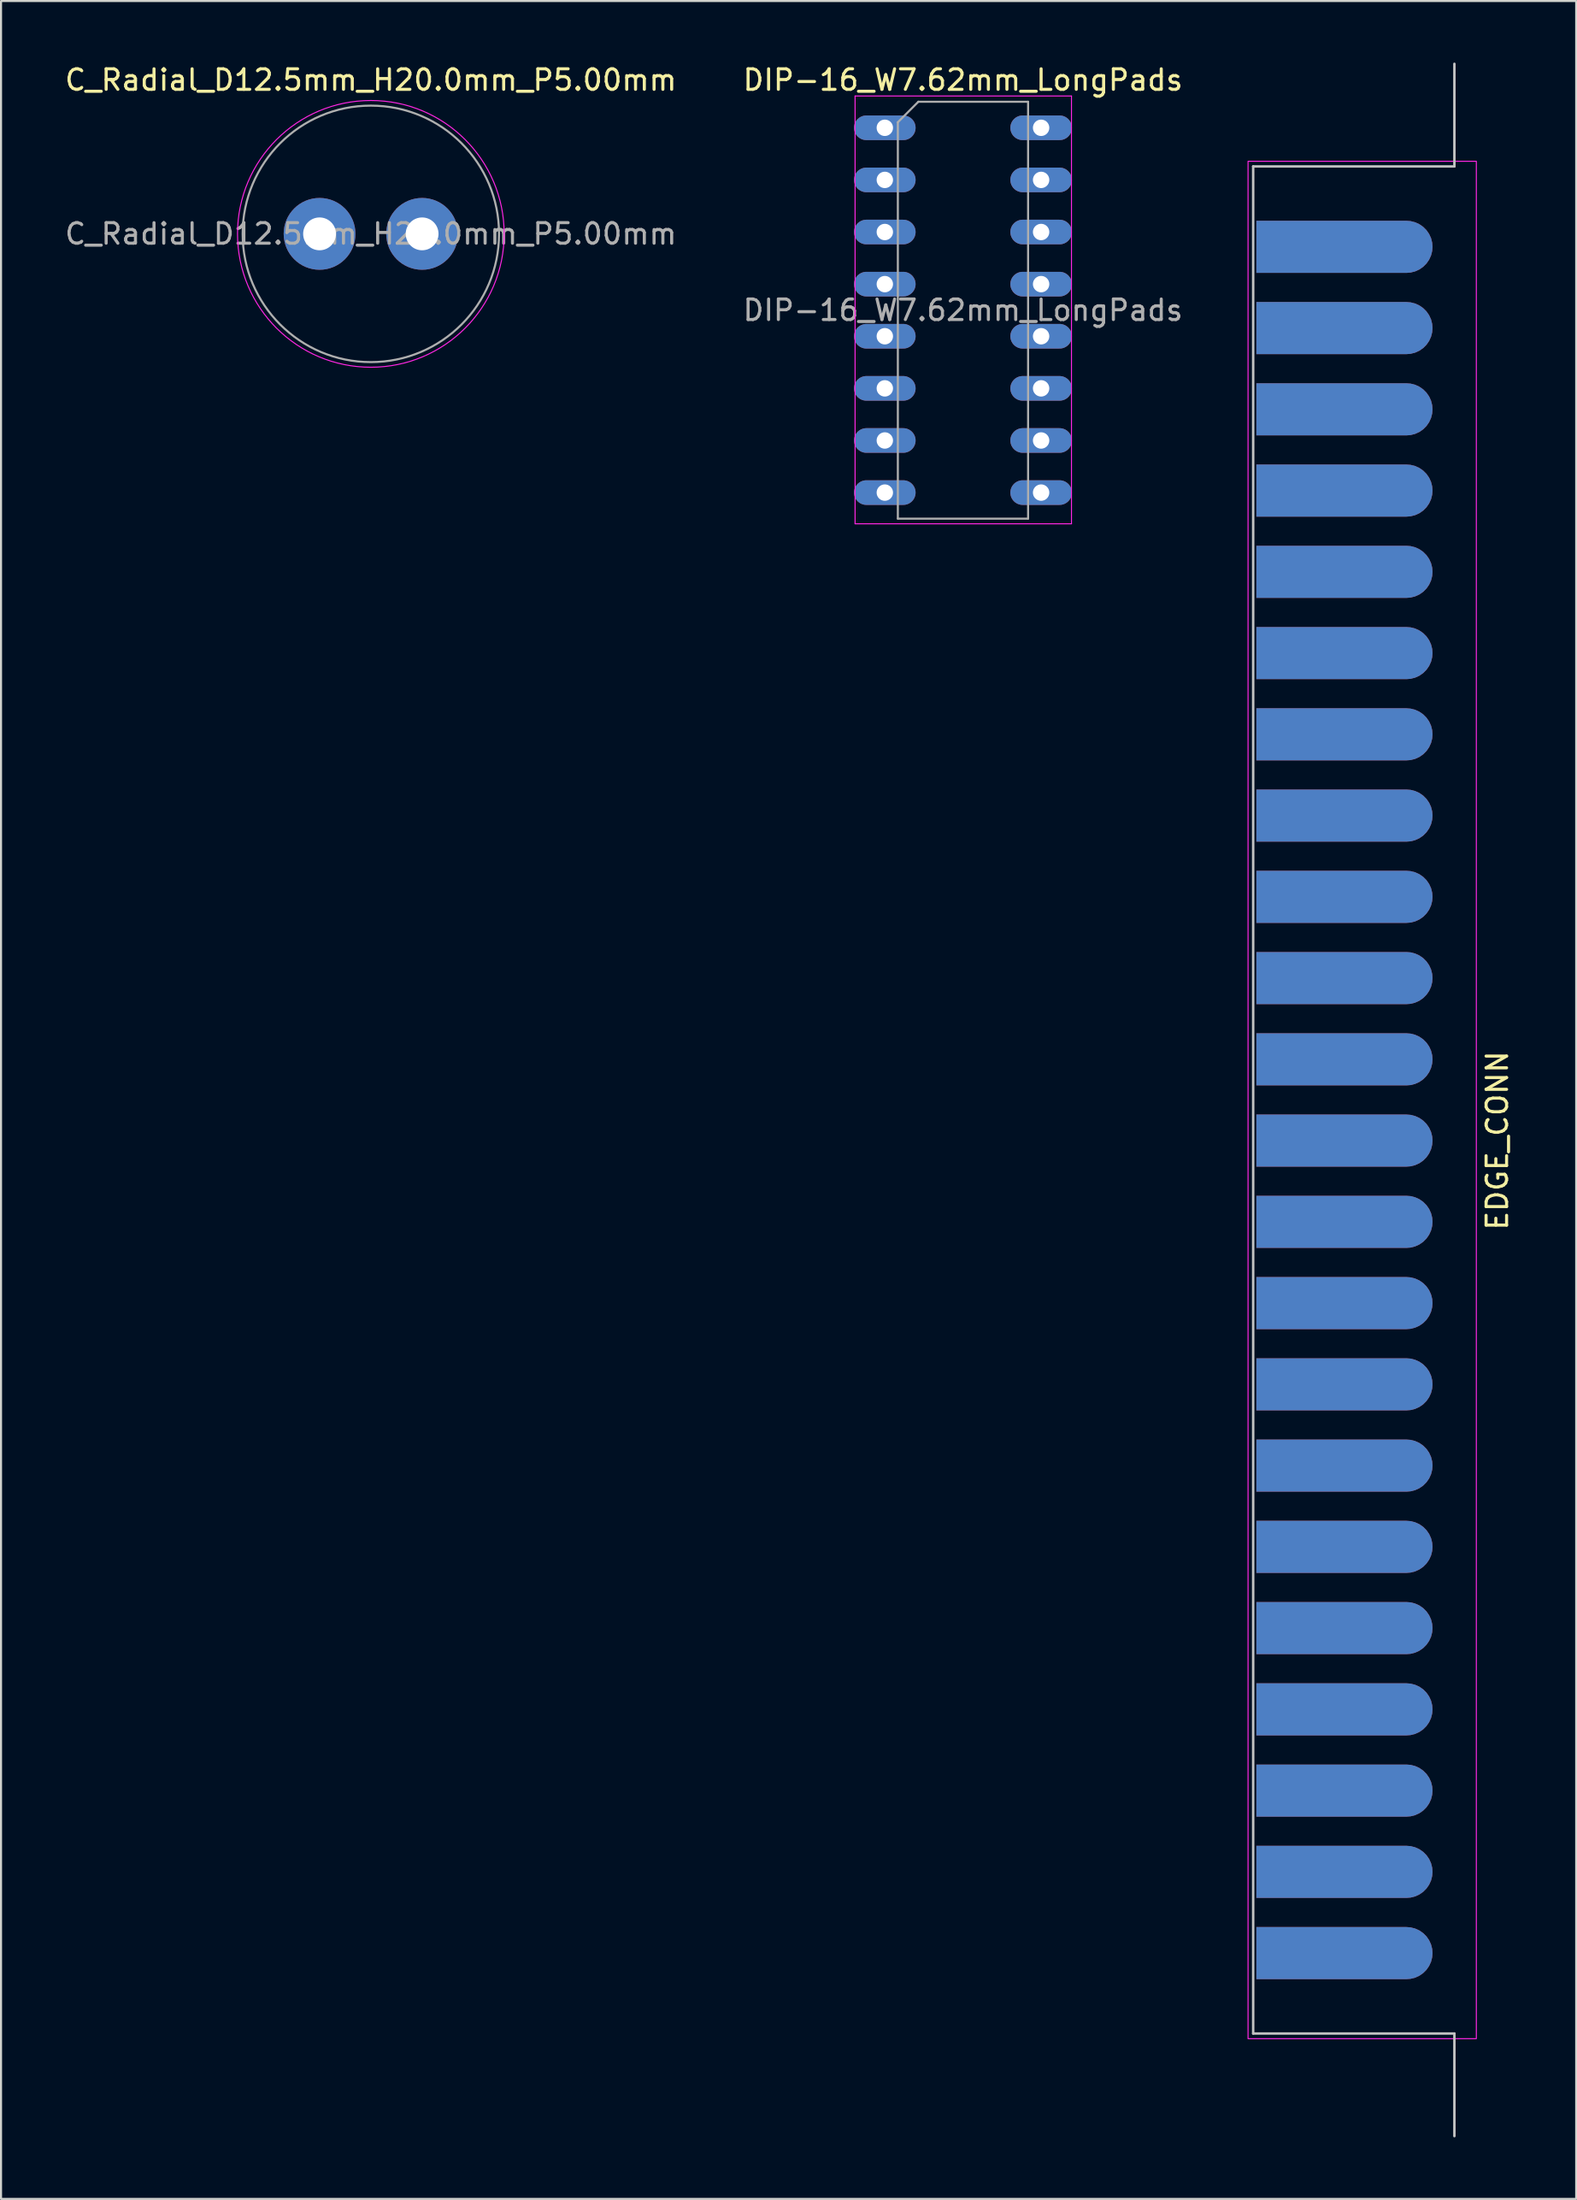
<source format=kicad_pcb>
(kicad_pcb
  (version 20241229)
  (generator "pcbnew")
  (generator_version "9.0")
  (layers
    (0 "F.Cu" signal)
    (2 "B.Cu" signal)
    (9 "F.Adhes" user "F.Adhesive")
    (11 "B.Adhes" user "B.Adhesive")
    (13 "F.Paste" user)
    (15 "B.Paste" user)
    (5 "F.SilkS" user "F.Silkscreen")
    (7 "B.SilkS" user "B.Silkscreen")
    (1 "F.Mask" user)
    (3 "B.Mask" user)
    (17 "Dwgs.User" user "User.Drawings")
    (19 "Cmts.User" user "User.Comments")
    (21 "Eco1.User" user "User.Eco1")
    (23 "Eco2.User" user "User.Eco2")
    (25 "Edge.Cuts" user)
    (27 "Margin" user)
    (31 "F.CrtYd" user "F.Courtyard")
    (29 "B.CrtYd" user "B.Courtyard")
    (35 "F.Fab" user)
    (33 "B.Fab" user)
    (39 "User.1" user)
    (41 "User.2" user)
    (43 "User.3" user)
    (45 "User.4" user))
  (footprint "EDGE_CONN"
    (layer "F.Cu")
    (at 64.248 50.56)
    (property "Reference" "EDGE_CONN" (at 5.7 1.98 90) (layer "F.SilkS") (effects (font (size 1 1) (thickness 0.15))))
    (attr smd)
    (fp_rect (start -6.45 -46.62) (end 4.65 46.62) (stroke (width 0.12) (type solid)) (fill yes) (layer "F.Mask"))
    (fp_rect (start -6.45 -46.62) (end 4.65 46.62) (stroke (width 0.12) (type solid)) (fill yes) (layer "B.Mask"))
    (fp_line (start -6.2 -45.5) (end -6.2 45.5) (stroke (width 0.12) (type solid)) (layer "Dwgs.User"))
    (fp_line (start -6.2 -45.5) (end 3.61 -45.5) (stroke (width 0.12) (type solid)) (layer "Dwgs.User"))
    (fp_line (start -6.2 45.5) (end 3.61 45.5) (stroke (width 0.12) (type solid)) (layer "Dwgs.User"))
    (fp_line (start 3.61 -45.5) (end 3.61 -50.5) (stroke (width 0.12) (type solid)) (layer "Dwgs.User"))
    (fp_line (start 3.61 45.5) (end 3.61 50.5) (stroke (width 0.12) (type solid)) (layer "Dwgs.User"))
    (fp_rect (start -6.45 -45.75) (end 4.68 45.75) (stroke (width 0.05) (type default)) (fill no) (layer "F.CrtYd"))
    (pad "1" connect roundrect (at -1.75 -41.58 90) (size 2.54 8.59) (layers "F.Cu" "F.Mask") (roundrect_rratio 0.5) (chamfer_ratio 0) (chamfer top_left top_right))
    (pad "2" connect roundrect (at -1.75 -37.62 90) (size 2.54 8.59) (layers "F.Cu" "F.Mask") (roundrect_rratio 0.5) (chamfer_ratio 0) (chamfer top_left top_right))
    (pad "3" connect roundrect (at -1.75 -33.66 90) (size 2.54 8.59) (layers "F.Cu" "F.Mask") (roundrect_rratio 0.5) (chamfer_ratio 0) (chamfer top_left top_right))
    (pad "4" connect roundrect (at -1.75 -29.7 90) (size 2.54 8.59) (layers "F.Cu" "F.Mask") (roundrect_rratio 0.5) (chamfer_ratio 0) (chamfer top_left top_right))
    (pad "5" connect roundrect (at -1.75 -25.74 90) (size 2.54 8.59) (layers "F.Cu" "F.Mask") (roundrect_rratio 0.5) (chamfer_ratio 0) (chamfer top_left top_right))
    (pad "6" connect roundrect (at -1.75 -21.78 90) (size 2.54 8.59) (layers "F.Cu" "F.Mask") (roundrect_rratio 0.5) (chamfer_ratio 0) (chamfer top_left top_right))
    (pad "7" connect roundrect (at -1.75 -17.82 90) (size 2.54 8.59) (layers "F.Cu" "F.Mask") (roundrect_rratio 0.5) (chamfer_ratio 0) (chamfer top_left top_right))
    (pad "8" connect roundrect (at -1.75 -13.86 90) (size 2.54 8.59) (layers "F.Cu" "F.Mask") (roundrect_rratio 0.5) (chamfer_ratio 0) (chamfer top_left top_right))
    (pad "9" connect roundrect (at -1.75 -9.9 90) (size 2.54 8.59) (layers "F.Cu" "F.Mask") (roundrect_rratio 0.5) (chamfer_ratio 0) (chamfer top_left top_right))
    (pad "10" connect roundrect (at -1.75 -5.94 90) (size 2.54 8.59) (layers "F.Cu" "F.Mask") (roundrect_rratio 0.5) (chamfer_ratio 0) (chamfer top_left top_right))
    (pad "11" connect roundrect (at -1.75 -1.98 90) (size 2.54 8.59) (layers "F.Cu" "F.Mask") (roundrect_rratio 0.5) (chamfer_ratio 0) (chamfer top_left top_right))
    (pad "12" connect roundrect (at -1.75 1.98 90) (size 2.54 8.59) (layers "F.Cu" "F.Mask") (roundrect_rratio 0.5) (chamfer_ratio 0) (chamfer top_left top_right))
    (pad "13" connect roundrect (at -1.75 5.94 90) (size 2.54 8.59) (layers "F.Cu" "F.Mask") (roundrect_rratio 0.5) (chamfer_ratio 0) (chamfer top_left top_right))
    (pad "14" connect roundrect (at -1.75 9.9 90) (size 2.54 8.59) (layers "F.Cu" "F.Mask") (roundrect_rratio 0.5) (chamfer_ratio 0) (chamfer top_left top_right))
    (pad "15" connect roundrect (at -1.75 13.86 90) (size 2.54 8.59) (layers "F.Cu" "F.Mask") (roundrect_rratio 0.5) (chamfer_ratio 0) (chamfer top_left top_right))
    (pad "16" connect roundrect (at -1.75 17.82 90) (size 2.54 8.59) (layers "F.Cu" "F.Mask") (roundrect_rratio 0.5) (chamfer_ratio 0) (chamfer top_left top_right))
    (pad "17" connect roundrect (at -1.75 21.78 90) (size 2.54 8.59) (layers "F.Cu" "F.Mask") (roundrect_rratio 0.5) (chamfer_ratio 0) (chamfer top_left top_right))
    (pad "18" connect roundrect (at -1.75 25.74 90) (size 2.54 8.59) (layers "F.Cu" "F.Mask") (roundrect_rratio 0.5) (chamfer_ratio 0) (chamfer top_left top_right))
    (pad "19" connect roundrect (at -1.75 29.7 90) (size 2.54 8.59) (layers "F.Cu" "F.Mask") (roundrect_rratio 0.5) (chamfer_ratio 0) (chamfer top_left top_right))
    (pad "20" connect roundrect (at -1.75 33.66 90) (size 2.54 8.59) (layers "F.Cu" "F.Mask") (roundrect_rratio 0.5) (chamfer_ratio 0) (chamfer top_left top_right))
    (pad "21" connect roundrect (at -1.75 37.62 90) (size 2.54 8.59) (layers "F.Cu" "F.Mask") (roundrect_rratio 0.5) (chamfer_ratio 0) (chamfer top_left top_right))
    (pad "22" connect roundrect (at -1.75 41.58 90) (size 2.54 8.59) (layers "F.Cu" "F.Mask") (roundrect_rratio 0.5) (chamfer_ratio 0) (chamfer top_left top_right))
    (pad "A" connect roundrect (at -1.75 -41.58 90) (size 2.54 8.59) (layers "B.Cu" "B.Mask") (roundrect_rratio 0.5) (chamfer_ratio 0) (chamfer top_left top_right))
    (pad "B" connect roundrect (at -1.75 -37.62 90) (size 2.54 8.59) (layers "B.Cu" "B.Mask") (roundrect_rratio 0.5) (chamfer_ratio 0) (chamfer top_left top_right))
    (pad "C" connect roundrect (at -1.75 -33.66 90) (size 2.54 8.59) (layers "B.Cu" "B.Mask") (roundrect_rratio 0.5) (chamfer_ratio 0) (chamfer top_left top_right))
    (pad "D" connect roundrect (at -1.75 -29.7 90) (size 2.54 8.59) (layers "B.Cu" "B.Mask") (roundrect_rratio 0.5) (chamfer_ratio 0) (chamfer top_left top_right))
    (pad "E" connect roundrect (at -1.75 -25.74 90) (size 2.54 8.59) (layers "B.Cu" "B.Mask") (roundrect_rratio 0.5) (chamfer_ratio 0) (chamfer top_left top_right))
    (pad "F" connect roundrect (at -1.75 -21.78 90) (size 2.54 8.59) (layers "B.Cu" "B.Mask") (roundrect_rratio 0.5) (chamfer_ratio 0) (chamfer top_left top_right))
    (pad "H" connect roundrect (at -1.75 -17.82 90) (size 2.54 8.59) (layers "B.Cu" "B.Mask") (roundrect_rratio 0.5) (chamfer_ratio 0) (chamfer top_left top_right))
    (pad "J" connect roundrect (at -1.75 -13.86 90) (size 2.54 8.59) (layers "B.Cu" "B.Mask") (roundrect_rratio 0.5) (chamfer_ratio 0) (chamfer top_left top_right))
    (pad "K" connect roundrect (at -1.75 -9.9 90) (size 2.54 8.59) (layers "B.Cu" "B.Mask") (roundrect_rratio 0.5) (chamfer_ratio 0) (chamfer top_left top_right))
    (pad "L" connect roundrect (at -1.75 -5.94 90) (size 2.54 8.59) (layers "B.Cu" "B.Mask") (roundrect_rratio 0.5) (chamfer_ratio 0) (chamfer top_left top_right))
    (pad "M" connect roundrect (at -1.75 -1.98 90) (size 2.54 8.59) (layers "B.Cu" "B.Mask") (roundrect_rratio 0.5) (chamfer_ratio 0) (chamfer top_left top_right))
    (pad "N" connect roundrect (at -1.75 1.98 90) (size 2.54 8.59) (layers "B.Cu" "B.Mask") (roundrect_rratio 0.5) (chamfer_ratio 0) (chamfer top_left top_right))
    (pad "P" connect roundrect (at -1.75 5.94 90) (size 2.54 8.59) (layers "B.Cu" "B.Mask") (roundrect_rratio 0.5) (chamfer_ratio 0) (chamfer top_left top_right))
    (pad "R" connect roundrect (at -1.75 9.9 90) (size 2.54 8.59) (layers "B.Cu" "B.Mask") (roundrect_rratio 0.5) (chamfer_ratio 0) (chamfer top_left top_right))
    (pad "S" connect roundrect (at -1.75 13.86 90) (size 2.54 8.59) (layers "B.Cu" "B.Mask") (roundrect_rratio 0.5) (chamfer_ratio 0) (chamfer top_left top_right))
    (pad "T" connect roundrect (at -1.75 17.82 90) (size 2.54 8.59) (layers "B.Cu" "B.Mask") (roundrect_rratio 0.5) (chamfer_ratio 0) (chamfer top_left top_right))
    (pad "U" connect roundrect (at -1.75 21.78 90) (size 2.54 8.59) (layers "B.Cu" "B.Mask") (roundrect_rratio 0.5) (chamfer_ratio 0) (chamfer top_left top_right))
    (pad "V" connect roundrect (at -1.75 25.74 90) (size 2.54 8.59) (layers "B.Cu" "B.Mask") (roundrect_rratio 0.5) (chamfer_ratio 0) (chamfer top_left top_right))
    (pad "W" connect roundrect (at -1.75 29.7 90) (size 2.54 8.59) (layers "B.Cu" "B.Mask") (roundrect_rratio 0.5) (chamfer_ratio 0) (chamfer top_left top_right))
    (pad "X" connect roundrect (at -1.75 33.66 90) (size 2.54 8.59) (layers "B.Cu" "B.Mask") (roundrect_rratio 0.5) (chamfer_ratio 0) (chamfer top_left top_right))
    (pad "Y" connect roundrect (at -1.75 37.62 90) (size 2.54 8.59) (layers "B.Cu" "B.Mask") (roundrect_rratio 0.5) (chamfer_ratio 0) (chamfer top_left top_right))
    (pad "Z" connect roundrect (at -1.75 41.58 90) (size 2.54 8.59) (layers "B.Cu" "B.Mask") (roundrect_rratio 0.5) (chamfer_ratio 0) (chamfer top_left top_right)))
  (footprint "DIP-16_W7.62mm_LongPads"
    (layer "F.Cu")
    (at 40.089 3.178)
    (property "Reference" "DIP-16_W7.62mm_LongPads" (at 3.81 -2.33 0) (layer "F.SilkS") (effects (font (size 1 1) (thickness 0.15))))
    (attr through_hole)
    (fp_line (start -1.45 -1.55) (end -1.45 19.3) (stroke (width 0.05) (type solid)) (layer "F.CrtYd"))
    (fp_line (start -1.45 19.3) (end 9.1 19.3) (stroke (width 0.05) (type solid)) (layer "F.CrtYd"))
    (fp_line (start 9.1 -1.55) (end -1.45 -1.55) (stroke (width 0.05) (type solid)) (layer "F.CrtYd"))
    (fp_line (start 9.1 19.3) (end 9.1 -1.55) (stroke (width 0.05) (type solid)) (layer "F.CrtYd"))
    (fp_line (start 0.635 -0.27) (end 1.635 -1.27) (stroke (width 0.1) (type solid)) (layer "F.Fab"))
    (fp_line (start 0.635 19.05) (end 0.635 -0.27) (stroke (width 0.1) (type solid)) (layer "F.Fab"))
    (fp_line (start 1.635 -1.27) (end 6.985 -1.27) (stroke (width 0.1) (type solid)) (layer "F.Fab"))
    (fp_line (start 6.985 -1.27) (end 6.985 19.05) (stroke (width 0.1) (type solid)) (layer "F.Fab"))
    (fp_line (start 6.985 19.05) (end 0.635 19.05) (stroke (width 0.1) (type solid)) (layer "F.Fab"))
    (fp_text user "${REFERENCE}" (at 3.81 8.89 0) (layer "F.Fab") (effects (font (size 1 1) (thickness 0.15))))
    (pad "1" thru_hole oval (at 0 0) (size 3 1.2) (drill 0.8) (layers "*.Cu" "*.Mask"))
    (pad "2" thru_hole oval (at 0 2.54) (size 3 1.2) (drill 0.8) (layers "*.Cu" "*.Mask"))
    (pad "3" thru_hole oval (at 0 5.08) (size 3 1.2) (drill 0.8) (layers "*.Cu" "*.Mask"))
    (pad "4" thru_hole oval (at 0 7.62) (size 3 1.2) (drill 0.8) (layers "*.Cu" "*.Mask"))
    (pad "5" thru_hole oval (at 0 10.16) (size 3 1.2) (drill 0.8) (layers "*.Cu" "*.Mask"))
    (pad "6" thru_hole oval (at 0 12.7) (size 3 1.2) (drill 0.8) (layers "*.Cu" "*.Mask"))
    (pad "7" thru_hole oval (at 0 15.24) (size 3 1.2) (drill 0.8) (layers "*.Cu" "*.Mask"))
    (pad "8" thru_hole oval (at 0 17.78) (size 3 1.2) (drill 0.8) (layers "*.Cu" "*.Mask"))
    (pad "9" thru_hole oval (at 7.62 17.78) (size 3 1.2) (drill 0.8) (layers "*.Cu" "*.Mask"))
    (pad "10" thru_hole oval (at 7.62 15.24) (size 3 1.2) (drill 0.8) (layers "*.Cu" "*.Mask"))
    (pad "11" thru_hole oval (at 7.62 12.7) (size 3 1.2) (drill 0.8) (layers "*.Cu" "*.Mask"))
    (pad "12" thru_hole oval (at 7.62 10.16) (size 3 1.2) (drill 0.8) (layers "*.Cu" "*.Mask"))
    (pad "13" thru_hole oval (at 7.62 7.62) (size 3 1.2) (drill 0.8) (layers "*.Cu" "*.Mask"))
    (pad "14" thru_hole oval (at 7.62 5.08) (size 3 1.2) (drill 0.8) (layers "*.Cu" "*.Mask"))
    (pad "15" thru_hole oval (at 7.62 2.54) (size 3 1.2) (drill 0.8) (layers "*.Cu" "*.Mask"))
    (pad "16" thru_hole oval (at 7.62 0) (size 3 1.2) (drill 0.8) (layers "*.Cu" "*.Mask")))
  (footprint "C_Radial_D12.5mm_H20.0mm_P5.00mm"
    (layer "F.Cu")
    (at 12.53 8.348)
    (property "Reference" "C_Radial_D12.5mm_H20.0mm_P5.00mm" (at 2.5 -7.5 0) (layer "F.SilkS") (effects (font (size 1 1) (thickness 0.15))))
    (attr through_hole)
    (fp_circle (center 2.5 0) (end 9 0) (stroke (width 0.05) (type solid)) (fill no) (layer "F.CrtYd"))
    (fp_circle (center 2.5 0) (end 8.75 0) (stroke (width 0.1) (type solid)) (fill no) (layer "F.Fab"))
    (fp_text user "${REFERENCE}" (at 2.5 0 0) (layer "F.Fab") (effects (font (size 1 1) (thickness 0.15))))
    (pad "1" thru_hole circle (at 0 0) (size 3.5 3.5) (drill 1.6) (layers "*.Cu" "*.Mask"))
    (pad "2" thru_hole circle (at 5 0) (size 3.5 3.5) (drill 1.6) (layers "*.Cu" "*.Mask")))
  (gr_rect
    (start -3 -3)
    (end 73.796 104.12)
    (stroke (width 0.1) (type default))
    (fill no)
    (layer "Edge.Cuts")))
</source>
